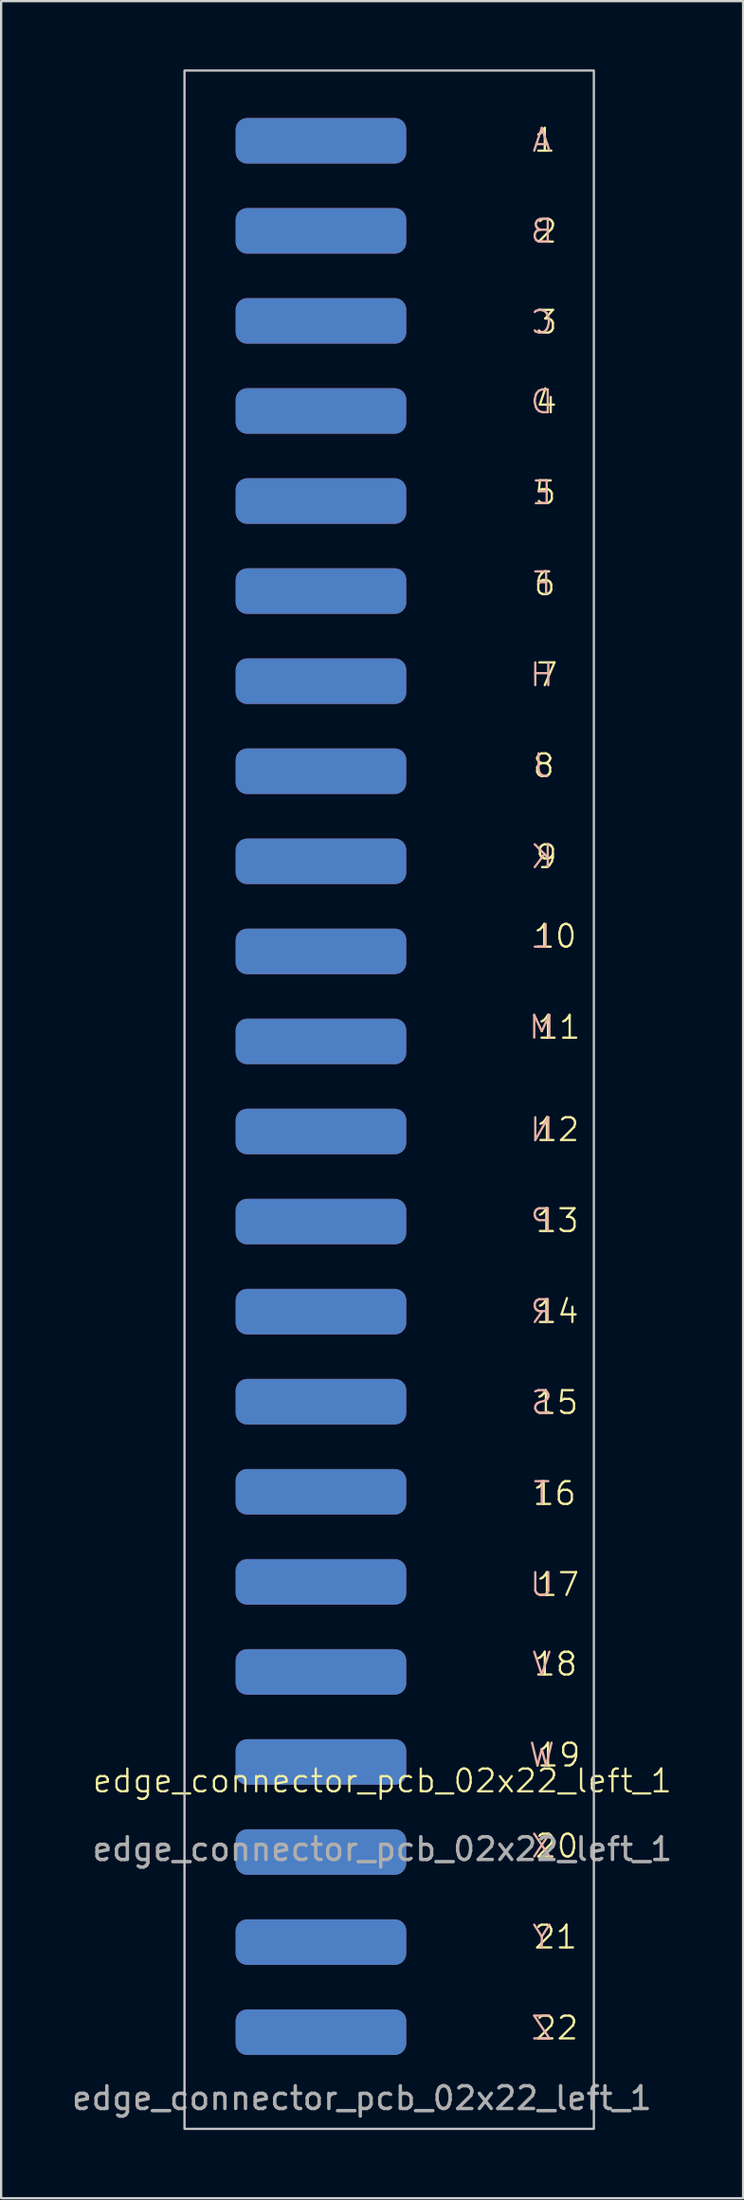
<source format=kicad_pcb>
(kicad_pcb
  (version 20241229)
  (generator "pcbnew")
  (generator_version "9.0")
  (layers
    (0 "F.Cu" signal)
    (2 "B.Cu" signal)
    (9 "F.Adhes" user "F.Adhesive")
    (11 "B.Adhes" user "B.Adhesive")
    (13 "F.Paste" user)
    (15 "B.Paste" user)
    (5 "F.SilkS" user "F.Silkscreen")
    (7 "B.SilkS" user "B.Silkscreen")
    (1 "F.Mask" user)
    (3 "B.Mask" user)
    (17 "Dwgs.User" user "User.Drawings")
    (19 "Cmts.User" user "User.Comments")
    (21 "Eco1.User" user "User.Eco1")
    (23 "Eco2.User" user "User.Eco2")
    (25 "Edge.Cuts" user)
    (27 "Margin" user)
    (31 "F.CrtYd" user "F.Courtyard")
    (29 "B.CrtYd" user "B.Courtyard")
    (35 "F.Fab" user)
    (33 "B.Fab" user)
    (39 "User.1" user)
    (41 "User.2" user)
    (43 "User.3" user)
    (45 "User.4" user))
  (footprint "edge_connector_pcb_02x22_left_1"
    (layer "F.Cu")
    (at 13.863 42.95)
    (property "Reference" "edge_connector_pcb_02x22_left_1" (at -0.1 32.3 0) (unlocked yes) (layer "F.SilkS") (effects (font (size 1 1) (thickness 0.1))))
    (attr smd)
    (fp_rect (start -8.8 -42.9) (end 9.2 47.6) (stroke (width 0.1) (type default)) (fill no) (layer "Dwgs.User"))
    (fp_text user "20" (at 6.548 35.75 0) (unlocked yes) (layer "F.SilkS") (effects (font (size 1 1) (thickness 0.1)) (justify left bottom)))
    (fp_text user "16" (at 6.452 20.25 0) (unlocked yes) (layer "F.SilkS") (effects (font (size 1 1) (thickness 0.1)) (justify left bottom)))
    (fp_text user "13" (at 6.571 8.25 0) (unlocked yes) (layer "F.SilkS") (effects (font (size 1 1) (thickness 0.1)) (justify left bottom)))
    (fp_text user "22" (at 6.548 43.75 0) (unlocked yes) (layer "F.SilkS") (effects (font (size 1 1) (thickness 0.1)) (justify left bottom)))
    (fp_text user "6" (at 6.5 -19.75 0) (unlocked yes) (layer "F.SilkS") (effects (font (size 1 1) (thickness 0.1)) (justify left bottom)))
    (fp_text user "15" (at 6.548 16.25 0) (unlocked yes) (layer "F.SilkS") (effects (font (size 1 1) (thickness 0.1)) (justify left bottom)))
    (fp_text user "17" (at 6.595 24.25 0) (unlocked yes) (layer "F.SilkS") (effects (font (size 1 1) (thickness 0.1)) (justify left bottom)))
    (fp_text user "10" (at 6.476 -4.25 0) (unlocked yes) (layer "F.SilkS") (effects (font (size 1 1) (thickness 0.1)) (justify left bottom)))
    (fp_text user "14" (at 6.571 12.25 0) (unlocked yes) (layer "F.SilkS") (effects (font (size 1 1) (thickness 0.1)) (justify left bottom)))
    (fp_text user "3" (at 6.571 -31.25 0) (unlocked yes) (layer "F.SilkS") (effects (font (size 1 1) (thickness 0.1)) (justify left bottom)))
    (fp_text user "12" (at 6.595 4.25 0) (unlocked yes) (layer "F.SilkS") (effects (font (size 1 1) (thickness 0.1)) (justify left bottom)))
    (fp_text user "19" (at 6.643 31.75 0) (unlocked yes) (layer "F.SilkS") (effects (font (size 1 1) (thickness 0.1)) (justify left bottom)))
    (fp_text user "18" (at 6.5 27.75 0) (unlocked yes) (layer "F.SilkS") (effects (font (size 1 1) (thickness 0.1)) (justify left bottom)))
    (fp_text user "8" (at 6.452 -11.75 0) (unlocked yes) (layer "F.SilkS") (effects (font (size 1 1) (thickness 0.1)) (justify left bottom)))
    (fp_text user "11" (at 6.643 -0.25 0) (unlocked yes) (layer "F.SilkS") (effects (font (size 1 1) (thickness 0.1)) (justify left bottom)))
    (fp_text user "1" (at 6.5 -39.25 0) (unlocked yes) (layer "F.SilkS") (effects (font (size 1 1) (thickness 0.1)) (justify left bottom)))
    (fp_text user "2" (at 6.571 -35.25 0) (unlocked yes) (layer "F.SilkS") (effects (font (size 1 1) (thickness 0.1)) (justify left bottom)))
    (fp_text user "7" (at 6.595 -15.75 0) (unlocked yes) (layer "F.SilkS") (effects (font (size 1 1) (thickness 0.1)) (justify left bottom)))
    (fp_text user "9" (at 6.571 -7.75 0) (unlocked yes) (layer "F.SilkS") (effects (font (size 1 1) (thickness 0.1)) (justify left bottom)))
    (fp_text user "4" (at 6.571 -27.75 0) (unlocked yes) (layer "F.SilkS") (effects (font (size 1 1) (thickness 0.1)) (justify left bottom)))
    (fp_text user "5" (at 6.524 -23.75 0) (unlocked yes) (layer "F.SilkS") (effects (font (size 1 1) (thickness 0.1)) (justify left bottom)))
    (fp_text user "21" (at 6.5 39.75 0) (unlocked yes) (layer "F.SilkS") (effects (font (size 1 1) (thickness 0.1)) (justify left bottom)))
    (fp_text user "F" (at 7.405 -19.75 0) (unlocked yes) (layer "B.SilkS") (effects (font (size 1 1) (thickness 0.1)) (justify left bottom mirror)))
    (fp_text user "U" (at 7.5 24.25 0) (unlocked yes) (layer "B.SilkS") (effects (font (size 1 1) (thickness 0.1)) (justify left bottom mirror)))
    (fp_text user "P" (at 7.476 8.25 0) (unlocked yes) (layer "B.SilkS") (effects (font (size 1 1) (thickness 0.1)) (justify left bottom mirror)))
    (fp_text user "H" (at 7.5 -15.75 0) (unlocked yes) (layer "B.SilkS") (effects (font (size 1 1) (thickness 0.1)) (justify left bottom mirror)))
    (fp_text user "R" (at 7.476 12.25 0) (unlocked yes) (layer "B.SilkS") (effects (font (size 1 1) (thickness 0.1)) (justify left bottom mirror)))
    (fp_text user "M" (at 7.548 -0.25 0) (unlocked yes) (layer "B.SilkS") (effects (font (size 1 1) (thickness 0.1)) (justify left bottom mirror)))
    (fp_text user "V" (at 7.405 27.75 0) (unlocked yes) (layer "B.SilkS") (effects (font (size 1 1) (thickness 0.1)) (justify left bottom mirror)))
    (fp_text user "E" (at 7.429 -23.75 0) (unlocked yes) (layer "B.SilkS") (effects (font (size 1 1) (thickness 0.1)) (justify left bottom mirror)))
    (fp_text user "N" (at 7.5 4.25 0) (unlocked yes) (layer "B.SilkS") (effects (font (size 1 1) (thickness 0.1)) (justify left bottom mirror)))
    (fp_text user "K" (at 7.476 -7.75 0) (unlocked yes) (layer "B.SilkS") (effects (font (size 1 1) (thickness 0.1)) (justify left bottom mirror)))
    (fp_text user "Z" (at 7.452 43.75 0) (unlocked yes) (layer "B.SilkS") (effects (font (size 1 1) (thickness 0.1)) (justify left bottom mirror)))
    (fp_text user "X" (at 7.452 35.75 0) (unlocked yes) (layer "B.SilkS") (effects (font (size 1 1) (thickness 0.1)) (justify left bottom mirror)))
    (fp_text user "J" (at 7.357 -11.75 0) (unlocked yes) (layer "B.SilkS") (effects (font (size 1 1) (thickness 0.1)) (justify left bottom mirror)))
    (fp_text user "B" (at 7.476 -35.25 0) (unlocked yes) (layer "B.SilkS") (effects (font (size 1 1) (thickness 0.1)) (justify left bottom mirror)))
    (fp_text user "A" (at 7.405 -39.25 0) (unlocked yes) (layer "B.SilkS") (effects (font (size 1 1) (thickness 0.1)) (justify left bottom mirror)))
    (fp_text user "S" (at 7.452 16.25 0) (unlocked yes) (layer "B.SilkS") (effects (font (size 1 1) (thickness 0.1)) (justify left bottom mirror)))
    (fp_text user "D" (at 7.476 -27.75 0) (unlocked yes) (layer "B.SilkS") (effects (font (size 1 1) (thickness 0.1)) (justify left bottom mirror)))
    (fp_text user "C" (at 7.476 -31.25 0) (unlocked yes) (layer "B.SilkS") (effects (font (size 1 1) (thickness 0.1)) (justify left bottom mirror)))
    (fp_text user "W" (at 7.548 31.75 0) (unlocked yes) (layer "B.SilkS") (effects (font (size 1 1) (thickness 0.1)) (justify left bottom mirror)))
    (fp_text user "Y" (at 7.405 39.75 0) (unlocked yes) (layer "B.SilkS") (effects (font (size 1 1) (thickness 0.1)) (justify left bottom mirror)))
    (fp_text user "L" (at 7.381 -4.25 0) (unlocked yes) (layer "B.SilkS") (effects (font (size 1 1) (thickness 0.1)) (justify left bottom mirror)))
    (fp_text user "T" (at 7.357 20.25 0) (unlocked yes) (layer "B.SilkS") (effects (font (size 1 1) (thickness 0.1)) (justify left bottom mirror)))
    (fp_text user "${REFERENCE}" (at -0.1 35.3 0) (unlocked yes) (layer "F.Fab") (effects (font (size 1 1) (thickness 0.15))))
    (fp_text user "${REFERENCE}" (at -1 46.25 0) (unlocked yes) (layer "F.Fab") (effects (font (size 1 1) (thickness 0.15))))
    (pad "1" smd roundrect (at -2.8 -39.81) (size 7.5 2) (layers "F.Cu" "F.Mask" "F.Paste") (roundrect_rratio 0.25))
    (pad "2" smd roundrect (at -2.8 -35.85) (size 7.5 2) (layers "F.Cu" "F.Mask" "F.Paste") (roundrect_rratio 0.25))
    (pad "3" smd roundrect (at -2.8 -31.89) (size 7.5 2) (layers "F.Cu" "F.Mask" "F.Paste") (roundrect_rratio 0.25))
    (pad "4" smd roundrect (at -2.8 -27.93) (size 7.5 2) (layers "F.Cu" "F.Mask" "F.Paste") (roundrect_rratio 0.25))
    (pad "5" smd roundrect (at -2.8 -23.97) (size 7.5 2) (layers "F.Cu" "F.Mask" "F.Paste") (roundrect_rratio 0.25))
    (pad "6" smd roundrect (at -2.8 -20.01) (size 7.5 2) (layers "F.Cu" "F.Mask" "F.Paste") (roundrect_rratio 0.25))
    (pad "7" smd roundrect (at -2.8 -16.05) (size 7.5 2) (layers "F.Cu" "F.Mask" "F.Paste") (roundrect_rratio 0.25))
    (pad "8" smd roundrect (at -2.8 -12.09) (size 7.5 2) (layers "F.Cu" "F.Mask" "F.Paste") (roundrect_rratio 0.25))
    (pad "9" smd roundrect (at -2.8 -8.13) (size 7.5 2) (layers "F.Cu" "F.Mask" "F.Paste") (roundrect_rratio 0.25))
    (pad "10" smd roundrect (at -2.8 -4.17) (size 7.5 2) (layers "F.Cu" "F.Mask" "F.Paste") (roundrect_rratio 0.25))
    (pad "11" smd roundrect (at -2.8 -0.21) (size 7.5 2) (layers "F.Cu" "F.Mask" "F.Paste") (roundrect_rratio 0.25))
    (pad "12" smd roundrect (at -2.8 3.75) (size 7.5 2) (layers "F.Cu" "F.Mask" "F.Paste") (roundrect_rratio 0.25))
    (pad "13" smd roundrect (at -2.8 7.71) (size 7.5 2) (layers "F.Cu" "F.Mask" "F.Paste") (roundrect_rratio 0.25))
    (pad "14" smd roundrect (at -2.8 11.67) (size 7.5 2) (layers "F.Cu" "F.Mask" "F.Paste") (roundrect_rratio 0.25))
    (pad "15" smd roundrect (at -2.8 15.63) (size 7.5 2) (layers "F.Cu" "F.Mask" "F.Paste") (roundrect_rratio 0.25))
    (pad "16" smd roundrect (at -2.8 19.59) (size 7.5 2) (layers "F.Cu" "F.Mask" "F.Paste") (roundrect_rratio 0.25))
    (pad "17" smd roundrect (at -2.8 23.55) (size 7.5 2) (layers "F.Cu" "F.Mask" "F.Paste") (roundrect_rratio 0.25))
    (pad "18" smd roundrect (at -2.8 27.51) (size 7.5 2) (layers "F.Cu" "F.Mask" "F.Paste") (roundrect_rratio 0.25))
    (pad "19" smd roundrect (at -2.8 31.47) (size 7.5 2) (layers "F.Cu" "F.Mask" "F.Paste") (roundrect_rratio 0.25))
    (pad "20" smd roundrect (at -2.8 35.43) (size 7.5 2) (layers "F.Cu" "F.Mask" "F.Paste") (roundrect_rratio 0.25))
    (pad "21" smd roundrect (at -2.8 39.39) (size 7.5 2) (layers "F.Cu" "F.Mask" "F.Paste") (roundrect_rratio 0.25))
    (pad "22" smd roundrect (at -2.8 43.35) (size 7.5 2) (layers "F.Cu" "F.Mask" "F.Paste") (roundrect_rratio 0.25))
    (pad "23" smd roundrect (at -2.8 -39.81) (size 7.5 2) (layers "B.Cu" "B.Mask" "B.Paste") (roundrect_rratio 0.25))
    (pad "24" smd roundrect (at -2.8 -35.85) (size 7.5 2) (layers "B.Cu" "B.Mask" "B.Paste") (roundrect_rratio 0.25))
    (pad "25" smd roundrect (at -2.8 -31.89) (size 7.5 2) (layers "B.Cu" "B.Mask" "B.Paste") (roundrect_rratio 0.25))
    (pad "26" smd roundrect (at -2.8 -27.93) (size 7.5 2) (layers "B.Cu" "B.Mask" "B.Paste") (roundrect_rratio 0.25))
    (pad "27" smd roundrect (at -2.8 -23.97) (size 7.5 2) (layers "B.Cu" "B.Mask" "B.Paste") (roundrect_rratio 0.25))
    (pad "28" smd roundrect (at -2.8 -20.01) (size 7.5 2) (layers "B.Cu" "B.Mask" "B.Paste") (roundrect_rratio 0.25))
    (pad "29" smd roundrect (at -2.8 -16.05) (size 7.5 2) (layers "B.Cu" "B.Mask" "B.Paste") (roundrect_rratio 0.25))
    (pad "30" smd roundrect (at -2.8 -12.09) (size 7.5 2) (layers "B.Cu" "B.Mask" "B.Paste") (roundrect_rratio 0.25))
    (pad "31" smd roundrect (at -2.8 -8.13) (size 7.5 2) (layers "B.Cu" "B.Mask" "B.Paste") (roundrect_rratio 0.25))
    (pad "32" smd roundrect (at -2.8 -4.17) (size 7.5 2) (layers "B.Cu" "B.Mask" "B.Paste") (roundrect_rratio 0.25))
    (pad "33" smd roundrect (at -2.8 -0.21) (size 7.5 2) (layers "B.Cu" "B.Mask" "B.Paste") (roundrect_rratio 0.25))
    (pad "34" smd roundrect (at -2.8 3.75) (size 7.5 2) (layers "B.Cu" "B.Mask" "B.Paste") (roundrect_rratio 0.25))
    (pad "35" smd roundrect (at -2.8 7.71) (size 7.5 2) (layers "B.Cu" "B.Mask" "B.Paste") (roundrect_rratio 0.25))
    (pad "36" smd roundrect (at -2.8 11.67) (size 7.5 2) (layers "B.Cu" "B.Mask" "B.Paste") (roundrect_rratio 0.25))
    (pad "37" smd roundrect (at -2.8 15.63) (size 7.5 2) (layers "B.Cu" "B.Mask" "B.Paste") (roundrect_rratio 0.25))
    (pad "38" smd roundrect (at -2.8 19.59) (size 7.5 2) (layers "B.Cu" "B.Mask" "B.Paste") (roundrect_rratio 0.25))
    (pad "39" smd roundrect (at -2.8 23.55) (size 7.5 2) (layers "B.Cu" "B.Mask" "B.Paste") (roundrect_rratio 0.25))
    (pad "40" smd roundrect (at -2.8 27.51) (size 7.5 2) (layers "B.Cu" "B.Mask" "B.Paste") (roundrect_rratio 0.25))
    (pad "41" smd roundrect (at -2.8 31.47) (size 7.5 2) (layers "B.Cu" "B.Mask" "B.Paste") (roundrect_rratio 0.25))
    (pad "42" smd roundrect (at -2.8 35.43) (size 7.5 2) (layers "B.Cu" "B.Mask" "B.Paste") (roundrect_rratio 0.25))
    (pad "43" smd roundrect (at -2.8 39.39) (size 7.5 2) (layers "B.Cu" "B.Mask" "B.Paste") (roundrect_rratio 0.25))
    (pad "44" smd roundrect (at -2.8 43.35) (size 7.5 2) (layers "B.Cu" "B.Mask" "B.Paste") (roundrect_rratio 0.25)))
  (gr_rect
    (start -3 -3)
    (end 29.626 93.6)
    (stroke (width 0.1) (type default))
    (fill no)
    (layer "Edge.Cuts")))
</source>
